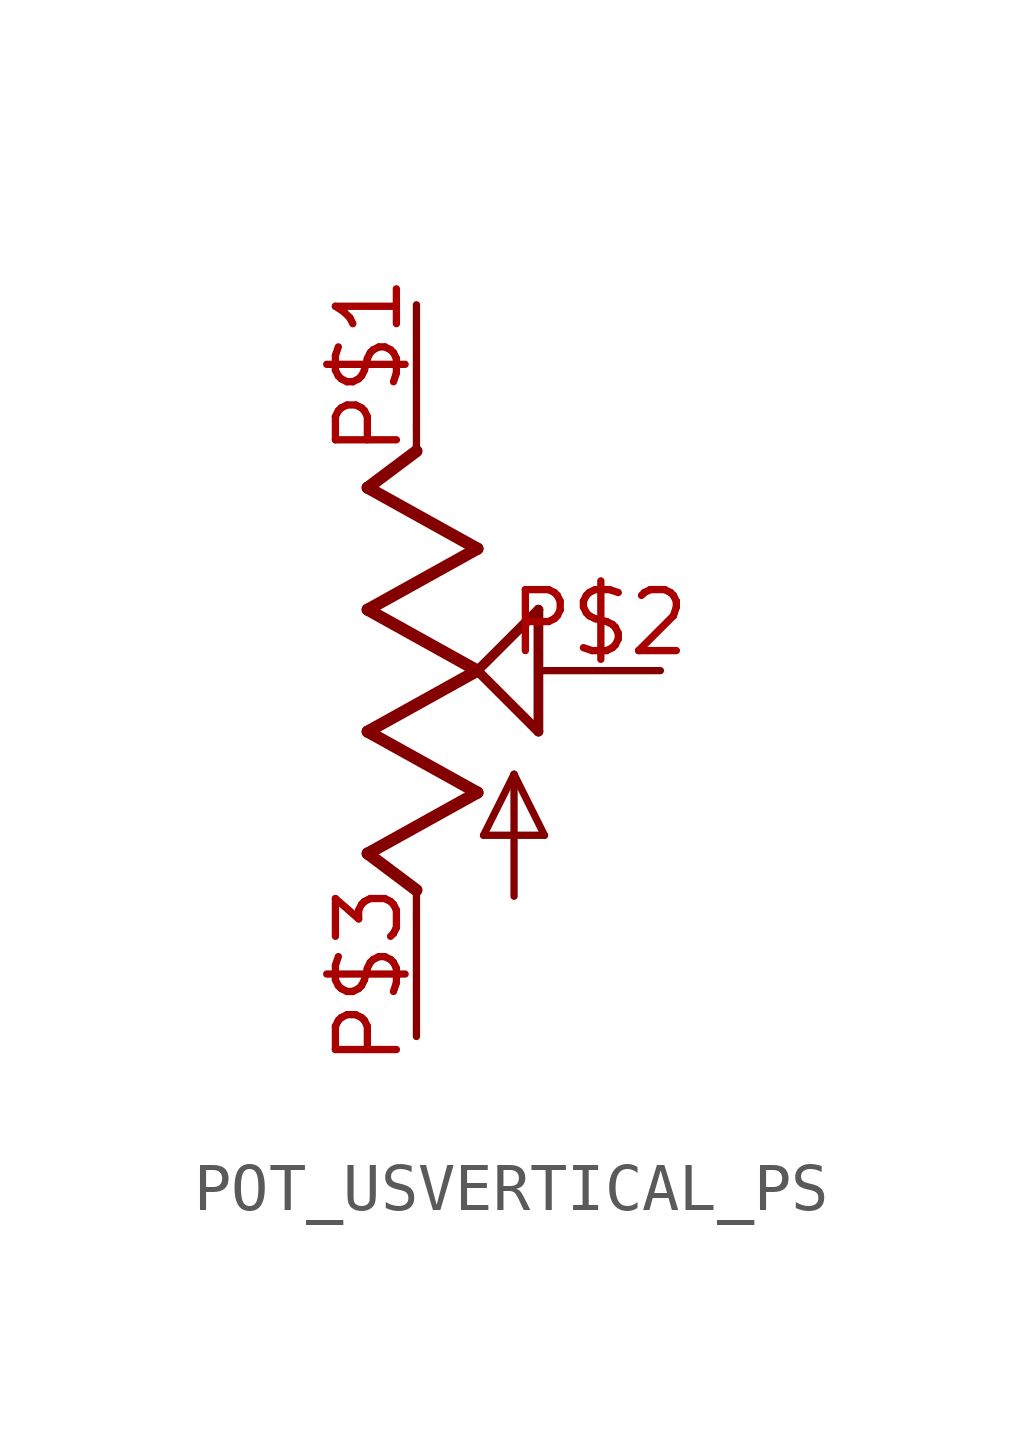
<source format=kicad_sym>
(kicad_symbol_lib
  (version 20231120)
  (generator "kicad_symbol_editor")
  (generator_version "8.0")
  (symbol "POT_USVERTICAL_PS"
    (property "Reference" "R"
      (at 0 0 0)
      (effects (font (size 1.27 1.27)) (hide yes)))
    (property "ki_locked" ""
      (at 0 0 0)
      (effects (font (size 1.27 1.27))))
    (symbol "POT_USVERTICAL_PS_1_0"
      (polyline (pts (xy -1.841 -3.81) (xy 0.444 -2.54)) (stroke (width 0.254) (type solid)) (fill (type none)))
      (polyline (pts (xy -1.841 -1.27) (xy 0.444 0)) (stroke (width 0.254) (type solid)) (fill (type none)))
      (polyline (pts (xy -1.841 1.27) (xy 0.444 2.54)) (stroke (width 0.254) (type solid)) (fill (type none)))
      (polyline (pts (xy -1.841 3.81) (xy -0.826 4.572)) (stroke (width 0.254) (type solid)) (fill (type none)))
      (polyline (pts (xy -0.826 -5.08) (xy -0.826 -4.572)) (stroke (width 0.152) (type solid)) (fill (type none)))
      (polyline (pts (xy -0.826 -4.572) (xy -1.841 -3.81)) (stroke (width 0.254) (type solid)) (fill (type none)))
      (polyline (pts (xy -0.826 4.572) (xy -0.826 5.08)) (stroke (width 0.152) (type solid)) (fill (type none)))
      (polyline (pts (xy 0.444 -2.54) (xy -1.841 -1.27)) (stroke (width 0.254) (type solid)) (fill (type none)))
      (polyline (pts (xy 0.444 0) (xy -1.841 1.27)) (stroke (width 0.254) (type solid)) (fill (type none)))
      (polyline (pts (xy 0.444 0) (xy 1.715 1.27)) (stroke (width 0.203) (type solid)) (fill (type none)))
      (polyline (pts (xy 0.444 2.54) (xy -1.841 3.81)) (stroke (width 0.254) (type solid)) (fill (type none)))
      (polyline (pts (xy 0.572 -3.429) (xy 1.207 -2.159)) (stroke (width 0.152) (type solid)) (fill (type none)))
      (polyline (pts (xy 1.207 -4.699) (xy 1.207 -2.159)) (stroke (width 0.152) (type solid)) (fill (type none)))
      (polyline (pts (xy 1.207 -2.159) (xy 1.841 -3.429)) (stroke (width 0.152) (type solid)) (fill (type none)))
      (polyline (pts (xy 1.715 -1.27) (xy 0.444 0)) (stroke (width 0.203) (type solid)) (fill (type none)))
      (polyline (pts (xy 1.715 1.27) (xy 1.715 -1.27)) (stroke (width 0.203) (type solid)) (fill (type none)))
      (polyline (pts (xy 1.841 -3.429) (xy 0.572 -3.429)) (stroke (width 0.152) (type solid)) (fill (type none)))
      (pin passive line (at -0.826 7.62 270) (length 2.54) (name "E" (effects (font (size 0 0)))) (number "P$1" (effects (font (size 1.27 1.27)))))
      (pin passive line (at 4.255 0 180) (length 2.54) (name "S" (effects (font (size 0 0)))) (number "P$2" (effects (font (size 1.27 1.27)))))
      (pin passive line (at -0.826 -7.62 90) (length 2.54) (name "A" (effects (font (size 0 0)))) (number "P$3" (effects (font (size 1.27 1.27))))))))
</source>
